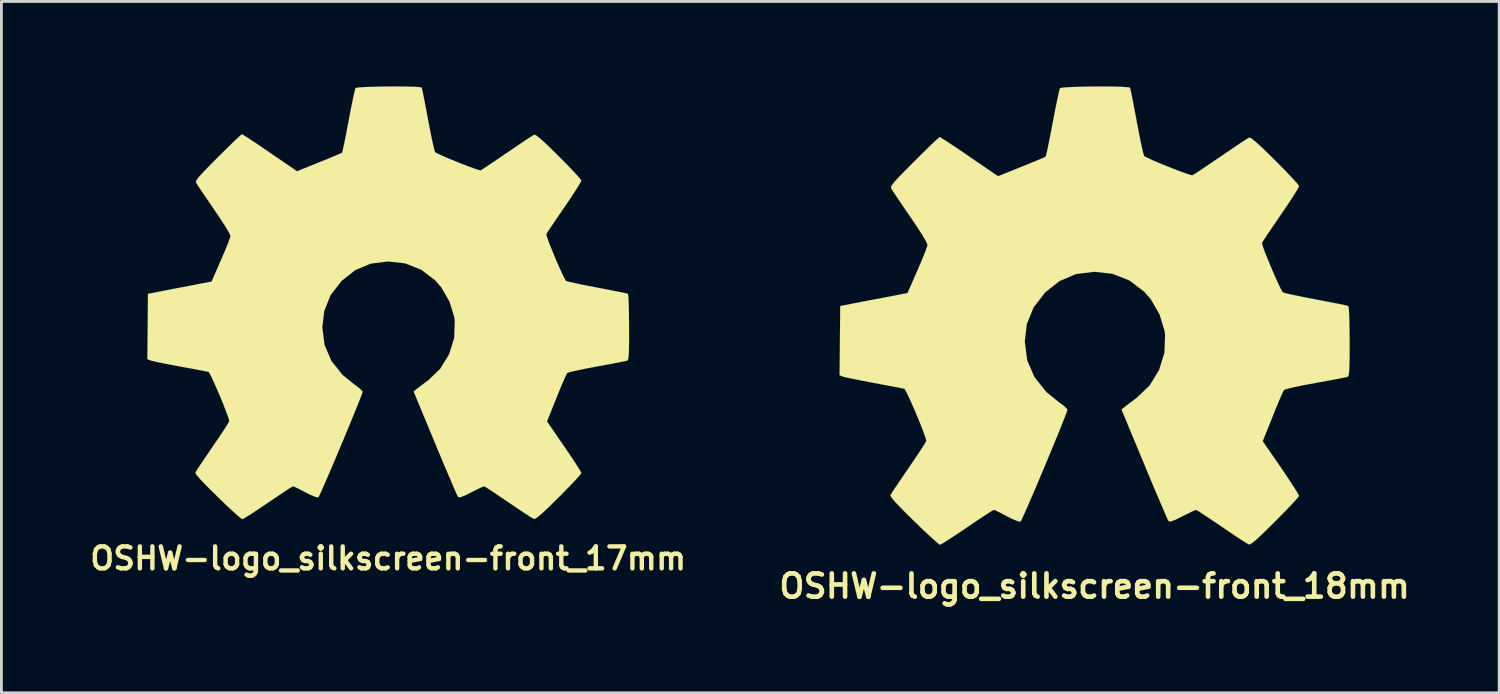
<source format=kicad_pcb>
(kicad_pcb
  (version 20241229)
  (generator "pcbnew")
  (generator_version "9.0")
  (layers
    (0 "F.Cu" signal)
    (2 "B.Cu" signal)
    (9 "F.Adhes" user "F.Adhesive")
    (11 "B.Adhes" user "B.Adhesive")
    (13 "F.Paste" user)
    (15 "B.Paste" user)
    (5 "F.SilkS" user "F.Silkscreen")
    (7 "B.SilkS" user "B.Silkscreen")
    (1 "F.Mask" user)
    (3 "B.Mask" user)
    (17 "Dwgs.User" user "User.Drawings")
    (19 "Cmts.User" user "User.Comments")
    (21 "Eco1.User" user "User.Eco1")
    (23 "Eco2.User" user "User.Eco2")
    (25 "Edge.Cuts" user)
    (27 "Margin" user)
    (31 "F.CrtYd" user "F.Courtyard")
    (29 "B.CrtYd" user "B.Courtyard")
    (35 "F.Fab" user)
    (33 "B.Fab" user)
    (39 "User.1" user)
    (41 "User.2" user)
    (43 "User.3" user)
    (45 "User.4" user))
  (footprint "OSHW-logo_silkscreen-front_18mm"
    (layer "F.Cu")
    (at 35.577 8.089)
    (property "Reference" "OSHW-logo_silkscreen-front_18mm" (at 0 9.545 0) (layer "F.SilkS") (effects (font (size 0.82 0.82) (thickness 0.163))))
    (attr through_hole)
    (fp_poly (pts (xy -5.456 8.085) (xy -5.362 8.037) (xy -5.151 7.902) (xy -4.851 7.706) (xy -4.496 7.468) (xy -4.14 7.226) (xy -3.846 7.031) (xy -3.64 6.899) (xy -3.556 6.853) (xy -3.508 6.868) (xy -3.34 6.949) (xy -3.094 7.079) (xy -2.951 7.153) (xy -2.725 7.249) (xy -2.614 7.269) (xy -2.596 7.239) (xy -2.512 7.066) (xy -2.383 6.772) (xy -2.212 6.38) (xy -2.017 5.923) (xy -1.808 5.431) (xy -1.6 4.928) (xy -1.402 4.45) (xy -1.224 4.018) (xy -1.085 3.668) (xy -0.991 3.426) (xy -0.958 3.32) (xy -0.968 3.297) (xy -1.079 3.188) (xy -1.278 3.04) (xy -1.702 2.695) (xy -2.123 2.169) (xy -2.38 1.575) (xy -2.464 0.912) (xy -2.393 0.297) (xy -2.151 -0.295) (xy -1.74 -0.826) (xy -1.24 -1.219) (xy -0.658 -1.468) (xy -0.003 -1.549) (xy 0.627 -1.478) (xy 1.232 -1.242) (xy 1.76 -0.838) (xy 1.984 -0.579) (xy 2.294 -0.041) (xy 2.469 0.536) (xy 2.489 0.683) (xy 2.464 1.316) (xy 2.276 1.92) (xy 1.943 2.464) (xy 1.478 2.908) (xy 1.422 2.949) (xy 1.206 3.109) (xy 1.062 3.221) (xy 0.95 3.312) (xy 1.755 5.25) (xy 1.882 5.558) (xy 2.103 6.086) (xy 2.299 6.543) (xy 2.454 6.906) (xy 2.56 7.15) (xy 2.609 7.247) (xy 2.614 7.252) (xy 2.685 7.264) (xy 2.832 7.211) (xy 3.101 7.079) (xy 3.282 6.988) (xy 3.487 6.888) (xy 3.579 6.853) (xy 3.658 6.894) (xy 3.856 7.023) (xy 4.143 7.216) (xy 4.491 7.45) (xy 4.818 7.673) (xy 5.123 7.877) (xy 5.344 8.016) (xy 5.451 8.075) (xy 5.469 8.075) (xy 5.565 8.021) (xy 5.738 7.877) (xy 6.002 7.625) (xy 6.375 7.257) (xy 6.431 7.201) (xy 6.739 6.888) (xy 6.988 6.627) (xy 7.155 6.441) (xy 7.216 6.355) (xy 7.16 6.251) (xy 7.021 6.03) (xy 6.82 5.723) (xy 6.576 5.362) (xy 5.933 4.43) (xy 6.287 3.551) (xy 6.393 3.282) (xy 6.53 2.954) (xy 6.634 2.72) (xy 6.685 2.619) (xy 6.782 2.586) (xy 7.023 2.527) (xy 7.371 2.454) (xy 7.788 2.377) (xy 8.184 2.304) (xy 8.542 2.238) (xy 8.801 2.187) (xy 8.918 2.164) (xy 8.946 2.146) (xy 8.969 2.09) (xy 8.984 1.968) (xy 8.994 1.75) (xy 8.999 1.407) (xy 8.999 0.912) (xy 8.999 0.859) (xy 8.994 0.384) (xy 8.987 0.008) (xy 8.971 -0.241) (xy 8.956 -0.338) (xy 8.954 -0.34) (xy 8.844 -0.368) (xy 8.59 -0.422) (xy 8.232 -0.49) (xy 7.805 -0.572) (xy 7.777 -0.577) (xy 7.351 -0.66) (xy 6.995 -0.734) (xy 6.746 -0.79) (xy 6.64 -0.823) (xy 6.619 -0.853) (xy 6.533 -1.021) (xy 6.411 -1.285) (xy 6.269 -1.605) (xy 6.132 -1.941) (xy 6.01 -2.24) (xy 5.928 -2.466) (xy 5.905 -2.568) (xy 5.905 -2.57) (xy 5.972 -2.672) (xy 6.116 -2.893) (xy 6.325 -3.198) (xy 6.571 -3.561) (xy 6.591 -3.589) (xy 6.835 -3.95) (xy 7.033 -4.252) (xy 7.168 -4.47) (xy 7.216 -4.567) (xy 7.216 -4.575) (xy 7.135 -4.681) (xy 6.949 -4.884) (xy 6.688 -5.159) (xy 6.373 -5.476) (xy 6.274 -5.575) (xy 5.923 -5.918) (xy 5.679 -6.139) (xy 5.53 -6.259) (xy 5.456 -6.287) (xy 5.453 -6.284) (xy 5.344 -6.218) (xy 5.118 -6.071) (xy 4.811 -5.862) (xy 4.445 -5.613) (xy 4.42 -5.596) (xy 4.059 -5.352) (xy 3.759 -5.149) (xy 3.548 -5.009) (xy 3.454 -4.953) (xy 3.437 -4.953) (xy 3.292 -4.994) (xy 3.035 -5.085) (xy 2.72 -5.207) (xy 2.388 -5.339) (xy 2.085 -5.469) (xy 1.859 -5.573) (xy 1.753 -5.631) (xy 1.75 -5.636) (xy 1.709 -5.766) (xy 1.648 -6.035) (xy 1.572 -6.406) (xy 1.488 -6.845) (xy 1.476 -6.916) (xy 1.394 -7.346) (xy 1.326 -7.701) (xy 1.275 -7.945) (xy 1.25 -8.047) (xy 1.189 -8.059) (xy 0.978 -8.075) (xy 0.66 -8.085) (xy 0.272 -8.087) (xy -0.137 -8.085) (xy -0.533 -8.077) (xy -0.874 -8.065) (xy -1.118 -8.049) (xy -1.219 -8.026) (xy -1.222 -8.021) (xy -1.26 -7.889) (xy -1.318 -7.62) (xy -1.394 -7.247) (xy -1.478 -6.805) (xy -1.494 -6.726) (xy -1.575 -6.299) (xy -1.646 -5.949) (xy -1.699 -5.707) (xy -1.725 -5.613) (xy -1.765 -5.593) (xy -1.941 -5.514) (xy -2.228 -5.395) (xy -2.583 -5.253) (xy -3.406 -4.92) (xy -4.417 -5.611) (xy -4.508 -5.674) (xy -4.872 -5.921) (xy -5.171 -6.119) (xy -5.38 -6.253) (xy -5.464 -6.304) (xy -5.471 -6.299) (xy -5.573 -6.213) (xy -5.773 -6.025) (xy -6.045 -5.758) (xy -6.365 -5.441) (xy -6.599 -5.204) (xy -6.878 -4.923) (xy -7.054 -4.732) (xy -7.15 -4.61) (xy -7.186 -4.536) (xy -7.176 -4.486) (xy -7.112 -4.384) (xy -6.962 -4.161) (xy -6.754 -3.853) (xy -6.51 -3.498) (xy -6.307 -3.198) (xy -6.086 -2.86) (xy -5.944 -2.616) (xy -5.895 -2.499) (xy -5.908 -2.449) (xy -5.977 -2.253) (xy -6.099 -1.953) (xy -6.251 -1.598) (xy -6.601 -0.798) (xy -7.125 -0.696) (xy -7.442 -0.635) (xy -7.887 -0.551) (xy -8.313 -0.47) (xy -8.976 -0.34) (xy -8.999 2.101) (xy -8.898 2.146) (xy -8.799 2.172) (xy -8.552 2.225) (xy -8.202 2.296) (xy -7.788 2.375) (xy -7.435 2.441) (xy -7.079 2.507) (xy -6.825 2.555) (xy -6.711 2.581) (xy -6.683 2.619) (xy -6.594 2.791) (xy -6.467 3.066) (xy -6.325 3.393) (xy -6.182 3.736) (xy -6.058 4.051) (xy -5.972 4.29) (xy -5.939 4.415) (xy -5.987 4.508) (xy -6.119 4.717) (xy -6.317 5.014) (xy -6.558 5.37) (xy -6.8 5.723) (xy -7.003 6.025) (xy -7.148 6.241) (xy -7.206 6.34) (xy -7.176 6.408) (xy -7.033 6.579) (xy -6.769 6.855) (xy -6.373 7.247) (xy -6.307 7.31) (xy -5.992 7.615) (xy -5.725 7.859) (xy -5.54 8.024) (xy -5.456 8.085)) (stroke (width 0.003) (type solid)) (fill yes) (layer "F.SilkS")))
  (footprint "OSHW-logo_silkscreen-front_17mm"
    (layer "F.Cu")
    (at 10.65 7.639)
    (property "Reference" "OSHW-logo_silkscreen-front_17mm" (at 0 9.017 0) (layer "F.SilkS") (effects (font (size 0.775 0.775) (thickness 0.155))))
    (attr through_hole)
    (fp_poly (pts (xy -5.154 7.635) (xy -5.065 7.59) (xy -4.864 7.465) (xy -4.582 7.28) (xy -4.247 7.054) (xy -3.909 6.825) (xy -3.632 6.64) (xy -3.439 6.515) (xy -3.358 6.472) (xy -3.315 6.487) (xy -3.152 6.563) (xy -2.921 6.685) (xy -2.786 6.754) (xy -2.573 6.845) (xy -2.469 6.866) (xy -2.451 6.835) (xy -2.372 6.673) (xy -2.25 6.396) (xy -2.09 6.025) (xy -1.905 5.596) (xy -1.709 5.128) (xy -1.511 4.656) (xy -1.323 4.201) (xy -1.158 3.795) (xy -1.024 3.465) (xy -0.935 3.236) (xy -0.904 3.134) (xy -0.914 3.114) (xy -1.021 3.01) (xy -1.206 2.87) (xy -1.608 2.545) (xy -2.004 2.05) (xy -2.248 1.486) (xy -2.327 0.861) (xy -2.258 0.282) (xy -2.032 -0.279) (xy -1.643 -0.78) (xy -1.171 -1.153) (xy -0.62 -1.387) (xy -0.003 -1.463) (xy 0.592 -1.397) (xy 1.163 -1.173) (xy 1.664 -0.79) (xy 1.875 -0.546) (xy 2.167 -0.038) (xy 2.332 0.505) (xy 2.349 0.645) (xy 2.327 1.242) (xy 2.149 1.814) (xy 1.834 2.327) (xy 1.397 2.746) (xy 1.341 2.784) (xy 1.138 2.936) (xy 1.003 3.04) (xy 0.897 3.127) (xy 1.656 4.958) (xy 1.778 5.25) (xy 1.986 5.748) (xy 2.172 6.18) (xy 2.316 6.523) (xy 2.418 6.751) (xy 2.464 6.843) (xy 2.469 6.848) (xy 2.535 6.861) (xy 2.675 6.81) (xy 2.929 6.685) (xy 3.099 6.599) (xy 3.292 6.505) (xy 3.381 6.472) (xy 3.454 6.51) (xy 3.642 6.632) (xy 3.914 6.815) (xy 4.242 7.036) (xy 4.552 7.247) (xy 4.839 7.437) (xy 5.05 7.572) (xy 5.149 7.625) (xy 5.164 7.625) (xy 5.255 7.574) (xy 5.418 7.437) (xy 5.669 7.203) (xy 6.022 6.853) (xy 6.076 6.802) (xy 6.365 6.505) (xy 6.601 6.259) (xy 6.759 6.083) (xy 6.815 6.002) (xy 6.764 5.903) (xy 6.632 5.695) (xy 6.441 5.405) (xy 6.21 5.065) (xy 5.603 4.183) (xy 5.936 3.353) (xy 6.038 3.099) (xy 6.167 2.789) (xy 6.266 2.57) (xy 6.314 2.474) (xy 6.406 2.441) (xy 6.632 2.388) (xy 6.962 2.319) (xy 7.356 2.245) (xy 7.729 2.177) (xy 8.07 2.113) (xy 8.313 2.065) (xy 8.423 2.042) (xy 8.448 2.027) (xy 8.471 1.974) (xy 8.486 1.859) (xy 8.494 1.654) (xy 8.499 1.328) (xy 8.499 0.861) (xy 8.499 0.81) (xy 8.494 0.363) (xy 8.486 0.008) (xy 8.473 -0.229) (xy 8.458 -0.32) (xy 8.456 -0.32) (xy 8.352 -0.348) (xy 8.113 -0.396) (xy 7.775 -0.462) (xy 7.371 -0.541) (xy 7.346 -0.546) (xy 6.944 -0.622) (xy 6.607 -0.693) (xy 6.37 -0.747) (xy 6.271 -0.777) (xy 6.251 -0.808) (xy 6.17 -0.963) (xy 6.055 -1.214) (xy 5.921 -1.516) (xy 5.791 -1.834) (xy 5.677 -2.116) (xy 5.601 -2.329) (xy 5.575 -2.426) (xy 5.578 -2.428) (xy 5.639 -2.525) (xy 5.776 -2.731) (xy 5.972 -3.02) (xy 6.208 -3.363) (xy 6.226 -3.388) (xy 6.457 -3.729) (xy 6.642 -4.016) (xy 6.769 -4.221) (xy 6.815 -4.313) (xy 6.815 -4.321) (xy 6.739 -4.42) (xy 6.563 -4.613) (xy 6.317 -4.872) (xy 6.02 -5.171) (xy 5.926 -5.265) (xy 5.596 -5.588) (xy 5.364 -5.799) (xy 5.222 -5.911) (xy 5.154 -5.936) (xy 5.151 -5.936) (xy 5.05 -5.872) (xy 4.834 -5.733) (xy 4.542 -5.537) (xy 4.199 -5.301) (xy 4.173 -5.286) (xy 3.835 -5.055) (xy 3.551 -4.864) (xy 3.35 -4.729) (xy 3.261 -4.676) (xy 3.246 -4.676) (xy 3.109 -4.717) (xy 2.868 -4.803) (xy 2.57 -4.917) (xy 2.256 -5.044) (xy 1.971 -5.164) (xy 1.755 -5.263) (xy 1.654 -5.319) (xy 1.651 -5.324) (xy 1.615 -5.446) (xy 1.557 -5.7) (xy 1.486 -6.05) (xy 1.405 -6.467) (xy 1.392 -6.533) (xy 1.316 -6.939) (xy 1.252 -7.272) (xy 1.204 -7.503) (xy 1.181 -7.6) (xy 1.123 -7.612) (xy 0.925 -7.628) (xy 0.622 -7.635) (xy 0.257 -7.638) (xy -0.13 -7.635) (xy -0.505 -7.628) (xy -0.826 -7.617) (xy -1.054 -7.602) (xy -1.151 -7.582) (xy -1.156 -7.577) (xy -1.189 -7.45) (xy -1.245 -7.196) (xy -1.318 -6.843) (xy -1.397 -6.426) (xy -1.412 -6.353) (xy -1.488 -5.949) (xy -1.554 -5.618) (xy -1.603 -5.39) (xy -1.631 -5.301) (xy -1.666 -5.281) (xy -1.834 -5.21) (xy -2.103 -5.095) (xy -2.438 -4.961) (xy -3.218 -4.646) (xy -4.171 -5.298) (xy -4.26 -5.359) (xy -4.602 -5.593) (xy -4.884 -5.779) (xy -5.08 -5.905) (xy -5.161 -5.954) (xy -5.166 -5.949) (xy -5.263 -5.867) (xy -5.453 -5.69) (xy -5.71 -5.438) (xy -6.012 -5.138) (xy -6.233 -4.917) (xy -6.495 -4.648) (xy -6.662 -4.468) (xy -6.754 -4.354) (xy -6.784 -4.282) (xy -6.777 -4.237) (xy -6.716 -4.14) (xy -6.576 -3.929) (xy -6.378 -3.64) (xy -6.147 -3.302) (xy -5.956 -3.02) (xy -5.748 -2.7) (xy -5.613 -2.471) (xy -5.568 -2.36) (xy -5.578 -2.314) (xy -5.644 -2.126) (xy -5.758 -1.844) (xy -5.903 -1.509) (xy -6.233 -0.754) (xy -6.731 -0.658) (xy -7.028 -0.599) (xy -7.447 -0.521) (xy -7.851 -0.442) (xy -8.479 -0.32) (xy -8.499 1.984) (xy -8.402 2.027) (xy -8.311 2.05) (xy -8.077 2.103) (xy -7.747 2.169) (xy -7.356 2.243) (xy -7.021 2.304) (xy -6.685 2.367) (xy -6.444 2.413) (xy -6.337 2.438) (xy -6.309 2.474) (xy -6.226 2.637) (xy -6.109 2.896) (xy -5.974 3.205) (xy -5.839 3.528) (xy -5.723 3.825) (xy -5.639 4.051) (xy -5.608 4.171) (xy -5.654 4.257) (xy -5.779 4.455) (xy -5.966 4.737) (xy -6.195 5.07) (xy -6.421 5.405) (xy -6.614 5.69) (xy -6.749 5.895) (xy -6.805 5.989) (xy -6.777 6.053) (xy -6.642 6.213) (xy -6.393 6.474) (xy -6.017 6.845) (xy -5.956 6.904) (xy -5.659 7.191) (xy -5.408 7.422) (xy -5.23 7.579) (xy -5.154 7.635)) (stroke (width 0.003) (type solid)) (fill yes) (layer "F.SilkS")))
  (gr_rect
    (start -3 -3)
    (end 49.854 21.399)
    (stroke (width 0.1) (type default))
    (fill no)
    (layer "Edge.Cuts")))
</source>
